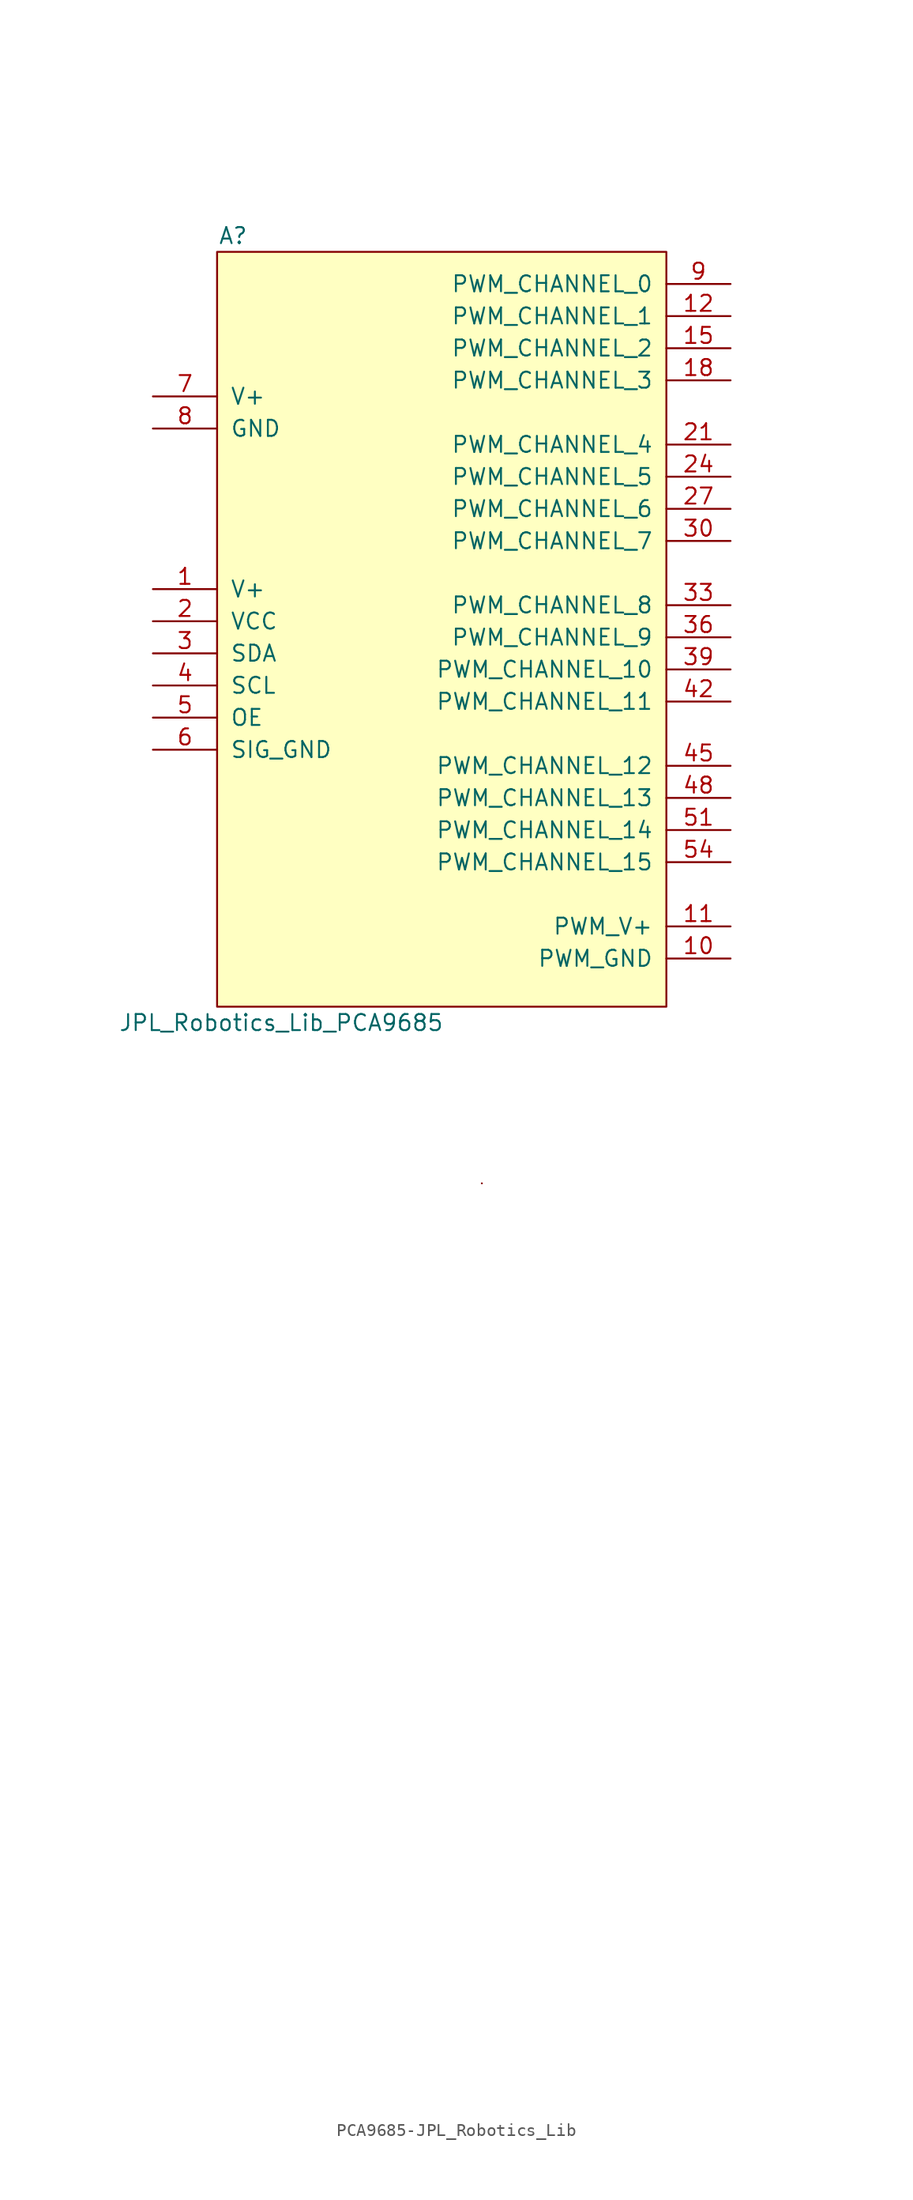
<source format=kicad_sym>
(kicad_symbol_lib
  (version 20231120)
  (generator "kicad_symbol_editor")
  (generator_version "8.0")
  (symbol "PCA9685-JPL_Robotics_Lib"
    (pin_names
      (offset 1.016))
    (property "Reference" "A"
      (at 12.7 64.77 0)
      (effects (font (size 1.27 1.27))))
    (property "Value" "JPL_Robotics_Lib_PCA9685"
      (at 16.51 2.54 0)
      (effects (font (size 1.27 1.27))))
    (symbol "PCA9685-JPL_Robotics_Lib_0_1"
      (rectangle (start 11.43 3.81) (end 46.99 63.5) (stroke (width 0) (type solid)) (fill (type background)))
      (rectangle (start 32.385 -10.16) (end 32.385 -10.16) (stroke (width 0) (type solid)) (fill (type none))))
    (symbol "PCA9685-JPL_Robotics_Lib_1_1"
      (pin input line (at 6.35 36.83 0) (length 5.08) (name "V+" (effects (font (size 1.27 1.27)))) (number "1" (effects (font (size 1.27 1.27)))))
      (pin output line (at 52.07 7.62 180) (length 5.08) (name "PWM_GND" (effects (font (size 1.27 1.27)))) (number "10" (effects (font (size 1.27 1.27)))))
      (pin output line (at 52.07 10.16 180) (length 5.08) (name "PWM_V+" (effects (font (size 1.27 1.27)))) (number "11" (effects (font (size 1.27 1.27)))))
      (pin output line (at 52.07 58.42 180) (length 5.08) (name "PWM_CHANNEL_1" (effects (font (size 1.27 1.27)))) (number "12" (effects (font (size 1.27 1.27)))))
      (pin no_connect line (at 7.62 -11.43 0) (length 5.08) hide (name "PWM_GND_CHANNEL_1" (effects (font (size 1.27 1.27)))) (number "13" (effects (font (size 1.27 1.27)))))
      (pin no_connect line (at 7.62 -15.24 0) (length 5.08) hide (name "PWM_V+_CHANNEL_1" (effects (font (size 1.27 1.27)))) (number "14" (effects (font (size 1.27 1.27)))))
      (pin output line (at 52.07 55.88 180) (length 5.08) (name "PWM_CHANNEL_2" (effects (font (size 1.27 1.27)))) (number "15" (effects (font (size 1.27 1.27)))))
      (pin no_connect line (at 6.35 -19.05 0) (length 5.08) hide (name "PWM_GND_CHANNEL_2" (effects (font (size 1.27 1.27)))) (number "16" (effects (font (size 1.27 1.27)))))
      (pin no_connect line (at 6.985 -22.86 0) (length 5.08) hide (name "PWM_V+_CHANNEL_2" (effects (font (size 1.27 1.27)))) (number "17" (effects (font (size 1.27 1.27)))))
      (pin output line (at 52.07 53.34 180) (length 5.08) (name "PWM_CHANNEL_3" (effects (font (size 1.27 1.27)))) (number "18" (effects (font (size 1.27 1.27)))))
      (pin no_connect line (at 7.62 -26.035 0) (length 5.08) hide (name "PWM_GND_CHANNEL_3" (effects (font (size 1.27 1.27)))) (number "19" (effects (font (size 1.27 1.27)))))
      (pin input line (at 6.35 34.29 0) (length 5.08) (name "VCC" (effects (font (size 1.27 1.27)))) (number "2" (effects (font (size 1.27 1.27)))))
      (pin no_connect line (at 7.62 -29.845 0) (length 5.08) hide (name "PWM_V+_CHANNEL_3" (effects (font (size 1.27 1.27)))) (number "20" (effects (font (size 1.27 1.27)))))
      (pin output line (at 52.07 48.26 180) (length 5.08) (name "PWM_CHANNEL_4" (effects (font (size 1.27 1.27)))) (number "21" (effects (font (size 1.27 1.27)))))
      (pin no_connect line (at 8.255 -34.29 0) (length 5.08) hide (name "PWM_GND_CHANNEL_4" (effects (font (size 1.27 1.27)))) (number "22" (effects (font (size 1.27 1.27)))))
      (pin no_connect line (at 8.255 -38.1 0) (length 5.08) hide (name "PWM_V+_CHANNEL_4" (effects (font (size 1.27 1.27)))) (number "23" (effects (font (size 1.27 1.27)))))
      (pin output line (at 52.07 45.72 180) (length 5.08) (name "PWM_CHANNEL_5" (effects (font (size 1.27 1.27)))) (number "24" (effects (font (size 1.27 1.27)))))
      (pin no_connect line (at 8.255 -41.91 0) (length 5.08) hide (name "PWM_GND_CHANNEL_5" (effects (font (size 1.27 1.27)))) (number "25" (effects (font (size 1.27 1.27)))))
      (pin no_connect line (at 8.255 -45.085 0) (length 5.08) hide (name "PWM_V+_CHANNEL_5" (effects (font (size 1.27 1.27)))) (number "26" (effects (font (size 1.27 1.27)))))
      (pin output line (at 52.07 43.18 180) (length 5.08) (name "PWM_CHANNEL_6" (effects (font (size 1.27 1.27)))) (number "27" (effects (font (size 1.27 1.27)))))
      (pin no_connect line (at 8.255 -51.435 0) (length 5.08) hide (name "PWM_GND_CHANNEL_6" (effects (font (size 1.27 1.27)))) (number "28" (effects (font (size 1.27 1.27)))))
      (pin no_connect line (at 8.89 -54.61 0) (length 5.08) hide (name "PWM_V+_CHANNEL_6" (effects (font (size 1.27 1.27)))) (number "29" (effects (font (size 1.27 1.27)))))
      (pin input line (at 6.35 31.75 0) (length 5.08) (name "SDA" (effects (font (size 1.27 1.27)))) (number "3" (effects (font (size 1.27 1.27)))))
      (pin output line (at 52.07 40.64 180) (length 5.08) (name "PWM_CHANNEL_7" (effects (font (size 1.27 1.27)))) (number "30" (effects (font (size 1.27 1.27)))))
      (pin no_connect line (at 8.255 -59.69 0) (length 5.08) hide (name "PWM_GND_CHANNEL_7" (effects (font (size 1.27 1.27)))) (number "31" (effects (font (size 1.27 1.27)))))
      (pin no_connect line (at 8.89 -62.865 0) (length 5.08) hide (name "PWM_V+_CHANNEL_7" (effects (font (size 1.27 1.27)))) (number "32" (effects (font (size 1.27 1.27)))))
      (pin output line (at 52.07 35.56 180) (length 5.08) (name "PWM_CHANNEL_8" (effects (font (size 1.27 1.27)))) (number "33" (effects (font (size 1.27 1.27)))))
      (pin no_connect line (at 7.62 -66.675 0) (length 5.08) hide (name "PWM_GND_CHANNEL_8" (effects (font (size 1.27 1.27)))) (number "34" (effects (font (size 1.27 1.27)))))
      (pin no_connect line (at 7.62 -70.485 0) (length 5.08) hide (name "PWM_V+_CHANNEL_8" (effects (font (size 1.27 1.27)))) (number "35" (effects (font (size 1.27 1.27)))))
      (pin output line (at 52.07 33.02 180) (length 5.08) (name "PWM_CHANNEL_9" (effects (font (size 1.27 1.27)))) (number "36" (effects (font (size 1.27 1.27)))))
      (pin no_connect line (at 48.895 -10.795 0) (length 5.08) hide (name "PWM_GND_CHANNEL_9" (effects (font (size 1.27 1.27)))) (number "37" (effects (font (size 1.27 1.27)))))
      (pin no_connect line (at 49.53 -15.24 0) (length 5.08) hide (name "PWM_V+_CHANNEL_9" (effects (font (size 1.27 1.27)))) (number "38" (effects (font (size 1.27 1.27)))))
      (pin output line (at 52.07 30.48 180) (length 5.08) (name "PWM_CHANNEL_10" (effects (font (size 1.27 1.27)))) (number "39" (effects (font (size 1.27 1.27)))))
      (pin input line (at 6.35 29.21 0) (length 5.08) (name "SCL" (effects (font (size 1.27 1.27)))) (number "4" (effects (font (size 1.27 1.27)))))
      (pin no_connect line (at 49.53 -20.32 0) (length 5.08) hide (name "PWM_GND_CHANNEL_10" (effects (font (size 1.27 1.27)))) (number "40" (effects (font (size 1.27 1.27)))))
      (pin no_connect line (at 48.895 -26.035 0) (length 5.08) hide (name "PWM_V+_CHANNEL_10" (effects (font (size 1.27 1.27)))) (number "41" (effects (font (size 1.27 1.27)))))
      (pin output line (at 52.07 27.94 180) (length 5.08) (name "PWM_CHANNEL_11" (effects (font (size 1.27 1.27)))) (number "42" (effects (font (size 1.27 1.27)))))
      (pin no_connect line (at 48.26 -30.48 0) (length 5.08) hide (name "PWM_GND_CHANNEL_11" (effects (font (size 1.27 1.27)))) (number "43" (effects (font (size 1.27 1.27)))))
      (pin no_connect line (at 49.53 -34.29 0) (length 5.08) hide (name "PWM_V+_CHANNEL_11" (effects (font (size 1.27 1.27)))) (number "44" (effects (font (size 1.27 1.27)))))
      (pin output line (at 52.07 22.86 180) (length 5.08) (name "PWM_CHANNEL_12" (effects (font (size 1.27 1.27)))) (number "45" (effects (font (size 1.27 1.27)))))
      (pin no_connect line (at 50.165 -40.64 0) (length 5.08) hide (name "PWM_GND_CHANNEL_12" (effects (font (size 1.27 1.27)))) (number "46" (effects (font (size 1.27 1.27)))))
      (pin no_connect line (at 50.165 -44.45 0) (length 5.08) hide (name "PWM_V+_CHANNEL_12" (effects (font (size 1.27 1.27)))) (number "47" (effects (font (size 1.27 1.27)))))
      (pin output line (at 52.07 20.32 180) (length 5.08) (name "PWM_CHANNEL_13" (effects (font (size 1.27 1.27)))) (number "48" (effects (font (size 1.27 1.27)))))
      (pin no_connect line (at 50.165 -48.895 0) (length 5.08) hide (name "PWM_GND_CHANNEL_13" (effects (font (size 1.27 1.27)))) (number "49" (effects (font (size 1.27 1.27)))))
      (pin input line (at 6.35 26.67 0) (length 5.08) (name "OE" (effects (font (size 1.27 1.27)))) (number "5" (effects (font (size 1.27 1.27)))))
      (pin no_connect line (at 50.165 -52.705 0) (length 5.08) hide (name "PWM_V+_CHANNEL_13" (effects (font (size 1.27 1.27)))) (number "50" (effects (font (size 1.27 1.27)))))
      (pin output line (at 52.07 17.78 180) (length 5.08) (name "PWM_CHANNEL_14" (effects (font (size 1.27 1.27)))) (number "51" (effects (font (size 1.27 1.27)))))
      (pin no_connect line (at 50.165 -57.785 0) (length 5.08) hide (name "PWM_GND_CHANNEL_14" (effects (font (size 1.27 1.27)))) (number "52" (effects (font (size 1.27 1.27)))))
      (pin no_connect line (at 50.8 -62.23 0) (length 5.08) hide (name "PWM_V+_CHANNEL_14" (effects (font (size 1.27 1.27)))) (number "53" (effects (font (size 1.27 1.27)))))
      (pin output line (at 52.07 15.24 180) (length 5.08) (name "PWM_CHANNEL_15" (effects (font (size 1.27 1.27)))) (number "54" (effects (font (size 1.27 1.27)))))
      (pin no_connect line (at 51.435 -66.04 0) (length 5.08) hide (name "PWM_GND_CHANNEL_15" (effects (font (size 1.27 1.27)))) (number "55" (effects (font (size 1.27 1.27)))))
      (pin no_connect line (at 52.07 -70.485 0) (length 5.08) hide (name "PWM_V+_CHANNEL_15" (effects (font (size 1.27 1.27)))) (number "56" (effects (font (size 1.27 1.27)))))
      (pin input line (at 6.35 24.13 0) (length 5.08) (name "SIG_GND" (effects (font (size 1.27 1.27)))) (number "6" (effects (font (size 1.27 1.27)))))
      (pin power_in line (at 6.35 52.07 0) (length 5.08) (name "V+" (effects (font (size 1.27 1.27)))) (number "7" (effects (font (size 1.27 1.27)))))
      (pin power_in line (at 6.35 49.53 0) (length 5.08) (name "GND" (effects (font (size 1.27 1.27)))) (number "8" (effects (font (size 1.27 1.27)))))
      (pin output line (at 52.07 60.96 180) (length 5.08) (name "PWM_CHANNEL_0" (effects (font (size 1.27 1.27)))) (number "9" (effects (font (size 1.27 1.27))))))))
</source>
